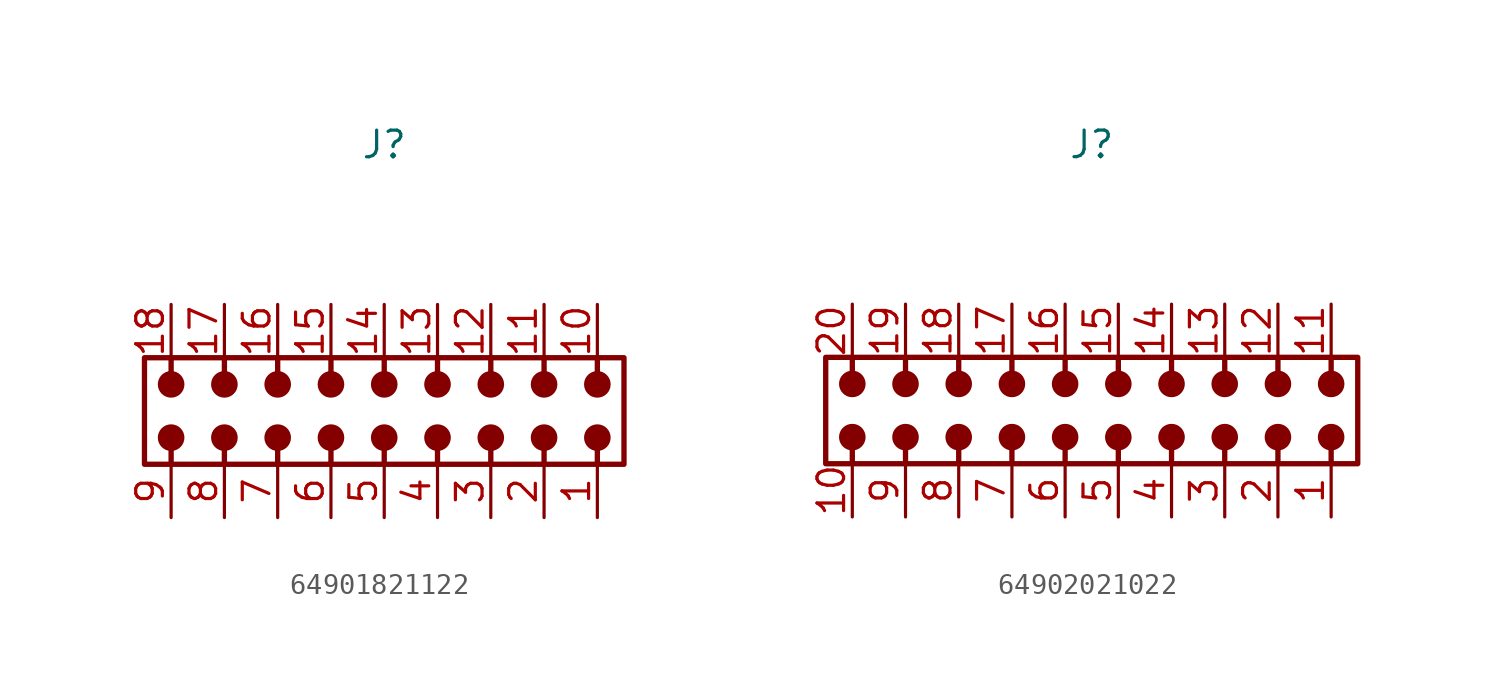
<source format=kicad_sym>
(kicad_symbol_lib
  (version 20241209)
  (generator "kicad_symbol_editor")
  (generator_version "9.0")
  (symbol "64901821122"
    (pin_names
      (hide yes))
    (property "Reference" "J"
      (at 0 12.7 0)
      (effects (font (size 1.27 1.27))))
    (symbol "64901821122_1_1"
      (rectangle (start -11.43 2.54) (end 11.43 -2.54) (stroke (width 0.254) (type solid)) (fill (type none)))
      (polyline (pts (xy -10.16 1.778) (xy -10.16 2.54)) (stroke (width 0.254) (type solid)) (fill (type none)))
      (circle (center -10.16 1.27) (radius 0.508) (stroke (width 0.254) (type solid)) (fill (type outline)))
      (circle (center -10.16 -1.27) (radius 0.508) (stroke (width 0.254) (type solid)) (fill (type outline)))
      (polyline (pts (xy -10.16 -1.778) (xy -10.16 -2.54)) (stroke (width 0.254) (type solid)) (fill (type none)))
      (polyline (pts (xy -7.62 1.778) (xy -7.62 2.54)) (stroke (width 0.254) (type solid)) (fill (type none)))
      (circle (center -7.62 1.27) (radius 0.508) (stroke (width 0.254) (type solid)) (fill (type outline)))
      (circle (center -7.62 -1.27) (radius 0.508) (stroke (width 0.254) (type solid)) (fill (type outline)))
      (polyline (pts (xy -7.62 -1.778) (xy -7.62 -2.54)) (stroke (width 0.254) (type solid)) (fill (type none)))
      (polyline (pts (xy -5.08 1.778) (xy -5.08 2.54)) (stroke (width 0.254) (type solid)) (fill (type none)))
      (circle (center -5.08 1.27) (radius 0.508) (stroke (width 0.254) (type solid)) (fill (type outline)))
      (circle (center -5.08 -1.27) (radius 0.508) (stroke (width 0.254) (type solid)) (fill (type outline)))
      (polyline (pts (xy -5.08 -1.778) (xy -5.08 -2.54)) (stroke (width 0.254) (type solid)) (fill (type none)))
      (polyline (pts (xy -2.54 1.778) (xy -2.54 2.54)) (stroke (width 0.254) (type solid)) (fill (type none)))
      (circle (center -2.54 1.27) (radius 0.508) (stroke (width 0.254) (type solid)) (fill (type outline)))
      (circle (center -2.54 -1.27) (radius 0.508) (stroke (width 0.254) (type solid)) (fill (type outline)))
      (polyline (pts (xy -2.54 -1.778) (xy -2.54 -2.54)) (stroke (width 0.254) (type solid)) (fill (type none)))
      (polyline (pts (xy 0 1.778) (xy 0 2.54)) (stroke (width 0.254) (type solid)) (fill (type none)))
      (circle (center 0 1.27) (radius 0.508) (stroke (width 0.254) (type solid)) (fill (type outline)))
      (circle (center 0 -1.27) (radius 0.508) (stroke (width 0.254) (type solid)) (fill (type outline)))
      (polyline (pts (xy 0 -1.778) (xy 0 -2.54)) (stroke (width 0.254) (type solid)) (fill (type none)))
      (polyline (pts (xy 2.54 1.778) (xy 2.54 2.54)) (stroke (width 0.254) (type solid)) (fill (type none)))
      (circle (center 2.54 1.27) (radius 0.508) (stroke (width 0.254) (type solid)) (fill (type outline)))
      (circle (center 2.54 -1.27) (radius 0.508) (stroke (width 0.254) (type solid)) (fill (type outline)))
      (polyline (pts (xy 2.54 -1.778) (xy 2.54 -2.54)) (stroke (width 0.254) (type solid)) (fill (type none)))
      (polyline (pts (xy 5.08 1.778) (xy 5.08 2.54)) (stroke (width 0.254) (type solid)) (fill (type none)))
      (circle (center 5.08 1.27) (radius 0.508) (stroke (width 0.254) (type solid)) (fill (type outline)))
      (circle (center 5.08 -1.27) (radius 0.508) (stroke (width 0.254) (type solid)) (fill (type outline)))
      (polyline (pts (xy 5.08 -1.778) (xy 5.08 -2.54)) (stroke (width 0.254) (type solid)) (fill (type none)))
      (polyline (pts (xy 7.62 1.778) (xy 7.62 2.54)) (stroke (width 0.254) (type solid)) (fill (type none)))
      (circle (center 7.62 1.27) (radius 0.508) (stroke (width 0.254) (type solid)) (fill (type outline)))
      (circle (center 7.62 -1.27) (radius 0.508) (stroke (width 0.254) (type solid)) (fill (type outline)))
      (polyline (pts (xy 7.62 -1.778) (xy 7.62 -2.54)) (stroke (width 0.254) (type solid)) (fill (type none)))
      (polyline (pts (xy 10.16 1.778) (xy 10.16 2.54)) (stroke (width 0.254) (type solid)) (fill (type none)))
      (circle (center 10.16 1.27) (radius 0.508) (stroke (width 0.254) (type solid)) (fill (type outline)))
      (circle (center 10.16 -1.27) (radius 0.508) (stroke (width 0.254) (type solid)) (fill (type outline)))
      (polyline (pts (xy 10.16 -1.778) (xy 10.16 -2.54)) (stroke (width 0.254) (type solid)) (fill (type none)))
      (pin passive line (at -10.16 5.08 270) (length 2.54) (name "18" (effects (font (size 1.27 1.27)))) (number "18" (effects (font (size 1.27 1.27)))))
      (pin passive line (at -10.16 -5.08 90) (length 2.54) (name "9" (effects (font (size 1.27 1.27)))) (number "9" (effects (font (size 1.27 1.27)))))
      (pin passive line (at -7.62 5.08 270) (length 2.54) (name "17" (effects (font (size 1.27 1.27)))) (number "17" (effects (font (size 1.27 1.27)))))
      (pin passive line (at -7.62 -5.08 90) (length 2.54) (name "8" (effects (font (size 1.27 1.27)))) (number "8" (effects (font (size 1.27 1.27)))))
      (pin passive line (at -5.08 5.08 270) (length 2.54) (name "16" (effects (font (size 1.27 1.27)))) (number "16" (effects (font (size 1.27 1.27)))))
      (pin passive line (at -5.08 -5.08 90) (length 2.54) (name "7" (effects (font (size 1.27 1.27)))) (number "7" (effects (font (size 1.27 1.27)))))
      (pin passive line (at -2.54 5.08 270) (length 2.54) (name "15" (effects (font (size 1.27 1.27)))) (number "15" (effects (font (size 1.27 1.27)))))
      (pin passive line (at -2.54 -5.08 90) (length 2.54) (name "6" (effects (font (size 1.27 1.27)))) (number "6" (effects (font (size 1.27 1.27)))))
      (pin passive line (at 0 5.08 270) (length 2.54) (name "14" (effects (font (size 1.27 1.27)))) (number "14" (effects (font (size 1.27 1.27)))))
      (pin passive line (at 0 -5.08 90) (length 2.54) (name "5" (effects (font (size 1.27 1.27)))) (number "5" (effects (font (size 1.27 1.27)))))
      (pin passive line (at 2.54 5.08 270) (length 2.54) (name "13" (effects (font (size 1.27 1.27)))) (number "13" (effects (font (size 1.27 1.27)))))
      (pin passive line (at 2.54 -5.08 90) (length 2.54) (name "4" (effects (font (size 1.27 1.27)))) (number "4" (effects (font (size 1.27 1.27)))))
      (pin passive line (at 5.08 5.08 270) (length 2.54) (name "12" (effects (font (size 1.27 1.27)))) (number "12" (effects (font (size 1.27 1.27)))))
      (pin passive line (at 5.08 -5.08 90) (length 2.54) (name "3" (effects (font (size 1.27 1.27)))) (number "3" (effects (font (size 1.27 1.27)))))
      (pin passive line (at 7.62 5.08 270) (length 2.54) (name "11" (effects (font (size 1.27 1.27)))) (number "11" (effects (font (size 1.27 1.27)))))
      (pin passive line (at 7.62 -5.08 90) (length 2.54) (name "2" (effects (font (size 1.27 1.27)))) (number "2" (effects (font (size 1.27 1.27)))))
      (pin passive line (at 10.16 5.08 270) (length 2.54) (name "10" (effects (font (size 1.27 1.27)))) (number "10" (effects (font (size 1.27 1.27)))))
      (pin passive line (at 10.16 -5.08 90) (length 2.54) (name "1" (effects (font (size 1.27 1.27)))) (number "1" (effects (font (size 1.27 1.27)))))))
  (symbol "64902021022"
    (pin_names
      (hide yes))
    (property "Reference" "J"
      (at 0 12.7 0)
      (effects (font (size 1.27 1.27))))
    (symbol "64902021022_1_1"
      (rectangle (start -12.7 2.54) (end 12.7 -2.54) (stroke (width 0.254) (type solid)) (fill (type none)))
      (polyline (pts (xy -11.43 1.778) (xy -11.43 2.54)) (stroke (width 0.254) (type solid)) (fill (type none)))
      (circle (center -11.43 1.27) (radius 0.508) (stroke (width 0.254) (type solid)) (fill (type outline)))
      (circle (center -11.43 -1.27) (radius 0.508) (stroke (width 0.254) (type solid)) (fill (type outline)))
      (polyline (pts (xy -11.43 -1.778) (xy -11.43 -2.54)) (stroke (width 0.254) (type solid)) (fill (type none)))
      (polyline (pts (xy -8.89 1.778) (xy -8.89 2.54)) (stroke (width 0.254) (type solid)) (fill (type none)))
      (circle (center -8.89 1.27) (radius 0.508) (stroke (width 0.254) (type solid)) (fill (type outline)))
      (circle (center -8.89 -1.27) (radius 0.508) (stroke (width 0.254) (type solid)) (fill (type outline)))
      (polyline (pts (xy -8.89 -1.778) (xy -8.89 -2.54)) (stroke (width 0.254) (type solid)) (fill (type none)))
      (polyline (pts (xy -6.35 1.778) (xy -6.35 2.54)) (stroke (width 0.254) (type solid)) (fill (type none)))
      (circle (center -6.35 1.27) (radius 0.508) (stroke (width 0.254) (type solid)) (fill (type outline)))
      (circle (center -6.35 -1.27) (radius 0.508) (stroke (width 0.254) (type solid)) (fill (type outline)))
      (polyline (pts (xy -6.35 -1.778) (xy -6.35 -2.54)) (stroke (width 0.254) (type solid)) (fill (type none)))
      (polyline (pts (xy -3.81 1.778) (xy -3.81 2.54)) (stroke (width 0.254) (type solid)) (fill (type none)))
      (circle (center -3.81 1.27) (radius 0.508) (stroke (width 0.254) (type solid)) (fill (type outline)))
      (circle (center -3.81 -1.27) (radius 0.508) (stroke (width 0.254) (type solid)) (fill (type outline)))
      (polyline (pts (xy -3.81 -1.778) (xy -3.81 -2.54)) (stroke (width 0.254) (type solid)) (fill (type none)))
      (polyline (pts (xy -1.27 1.778) (xy -1.27 2.54)) (stroke (width 0.254) (type solid)) (fill (type none)))
      (circle (center -1.27 1.27) (radius 0.508) (stroke (width 0.254) (type solid)) (fill (type outline)))
      (circle (center -1.27 -1.27) (radius 0.508) (stroke (width 0.254) (type solid)) (fill (type outline)))
      (polyline (pts (xy -1.27 -1.778) (xy -1.27 -2.54)) (stroke (width 0.254) (type solid)) (fill (type none)))
      (polyline (pts (xy 1.27 1.778) (xy 1.27 2.54)) (stroke (width 0.254) (type solid)) (fill (type none)))
      (circle (center 1.27 1.27) (radius 0.508) (stroke (width 0.254) (type solid)) (fill (type outline)))
      (circle (center 1.27 -1.27) (radius 0.508) (stroke (width 0.254) (type solid)) (fill (type outline)))
      (polyline (pts (xy 1.27 -1.778) (xy 1.27 -2.54)) (stroke (width 0.254) (type solid)) (fill (type none)))
      (polyline (pts (xy 3.81 1.778) (xy 3.81 2.54)) (stroke (width 0.254) (type solid)) (fill (type none)))
      (circle (center 3.81 1.27) (radius 0.508) (stroke (width 0.254) (type solid)) (fill (type outline)))
      (circle (center 3.81 -1.27) (radius 0.508) (stroke (width 0.254) (type solid)) (fill (type outline)))
      (polyline (pts (xy 3.81 -1.778) (xy 3.81 -2.54)) (stroke (width 0.254) (type solid)) (fill (type none)))
      (polyline (pts (xy 6.35 1.778) (xy 6.35 2.54)) (stroke (width 0.254) (type solid)) (fill (type none)))
      (circle (center 6.35 1.27) (radius 0.508) (stroke (width 0.254) (type solid)) (fill (type outline)))
      (circle (center 6.35 -1.27) (radius 0.508) (stroke (width 0.254) (type solid)) (fill (type outline)))
      (polyline (pts (xy 6.35 -1.778) (xy 6.35 -2.54)) (stroke (width 0.254) (type solid)) (fill (type none)))
      (polyline (pts (xy 8.89 1.778) (xy 8.89 2.54)) (stroke (width 0.254) (type solid)) (fill (type none)))
      (circle (center 8.89 1.27) (radius 0.508) (stroke (width 0.254) (type solid)) (fill (type outline)))
      (circle (center 8.89 -1.27) (radius 0.508) (stroke (width 0.254) (type solid)) (fill (type outline)))
      (polyline (pts (xy 8.89 -1.778) (xy 8.89 -2.54)) (stroke (width 0.254) (type solid)) (fill (type none)))
      (polyline (pts (xy 11.43 1.778) (xy 11.43 2.54)) (stroke (width 0.254) (type solid)) (fill (type none)))
      (circle (center 11.43 1.27) (radius 0.508) (stroke (width 0.254) (type solid)) (fill (type outline)))
      (circle (center 11.43 -1.27) (radius 0.508) (stroke (width 0.254) (type solid)) (fill (type outline)))
      (polyline (pts (xy 11.43 -1.778) (xy 11.43 -2.54)) (stroke (width 0.254) (type solid)) (fill (type none)))
      (pin passive line (at -11.43 5.08 270) (length 2.54) (name "20" (effects (font (size 1.27 1.27)))) (number "20" (effects (font (size 1.27 1.27)))))
      (pin passive line (at -11.43 -5.08 90) (length 2.54) (name "10" (effects (font (size 1.27 1.27)))) (number "10" (effects (font (size 1.27 1.27)))))
      (pin passive line (at -8.89 5.08 270) (length 2.54) (name "19" (effects (font (size 1.27 1.27)))) (number "19" (effects (font (size 1.27 1.27)))))
      (pin passive line (at -8.89 -5.08 90) (length 2.54) (name "9" (effects (font (size 1.27 1.27)))) (number "9" (effects (font (size 1.27 1.27)))))
      (pin passive line (at -6.35 5.08 270) (length 2.54) (name "18" (effects (font (size 1.27 1.27)))) (number "18" (effects (font (size 1.27 1.27)))))
      (pin passive line (at -6.35 -5.08 90) (length 2.54) (name "8" (effects (font (size 1.27 1.27)))) (number "8" (effects (font (size 1.27 1.27)))))
      (pin passive line (at -3.81 5.08 270) (length 2.54) (name "17" (effects (font (size 1.27 1.27)))) (number "17" (effects (font (size 1.27 1.27)))))
      (pin passive line (at -3.81 -5.08 90) (length 2.54) (name "7" (effects (font (size 1.27 1.27)))) (number "7" (effects (font (size 1.27 1.27)))))
      (pin passive line (at -1.27 5.08 270) (length 2.54) (name "16" (effects (font (size 1.27 1.27)))) (number "16" (effects (font (size 1.27 1.27)))))
      (pin passive line (at -1.27 -5.08 90) (length 2.54) (name "6" (effects (font (size 1.27 1.27)))) (number "6" (effects (font (size 1.27 1.27)))))
      (pin passive line (at 1.27 5.08 270) (length 2.54) (name "15" (effects (font (size 1.27 1.27)))) (number "15" (effects (font (size 1.27 1.27)))))
      (pin passive line (at 1.27 -5.08 90) (length 2.54) (name "5" (effects (font (size 1.27 1.27)))) (number "5" (effects (font (size 1.27 1.27)))))
      (pin passive line (at 3.81 5.08 270) (length 2.54) (name "14" (effects (font (size 1.27 1.27)))) (number "14" (effects (font (size 1.27 1.27)))))
      (pin passive line (at 3.81 -5.08 90) (length 2.54) (name "4" (effects (font (size 1.27 1.27)))) (number "4" (effects (font (size 1.27 1.27)))))
      (pin passive line (at 6.35 5.08 270) (length 2.54) (name "13" (effects (font (size 1.27 1.27)))) (number "13" (effects (font (size 1.27 1.27)))))
      (pin passive line (at 6.35 -5.08 90) (length 2.54) (name "3" (effects (font (size 1.27 1.27)))) (number "3" (effects (font (size 1.27 1.27)))))
      (pin passive line (at 8.89 5.08 270) (length 2.54) (name "12" (effects (font (size 1.27 1.27)))) (number "12" (effects (font (size 1.27 1.27)))))
      (pin passive line (at 8.89 -5.08 90) (length 2.54) (name "2" (effects (font (size 1.27 1.27)))) (number "2" (effects (font (size 1.27 1.27)))))
      (pin passive line (at 11.43 5.08 270) (length 2.54) (name "11" (effects (font (size 1.27 1.27)))) (number "11" (effects (font (size 1.27 1.27)))))
      (pin passive line (at 11.43 -5.08 90) (length 2.54) (name "1" (effects (font (size 1.27 1.27)))) (number "1" (effects (font (size 1.27 1.27))))))))
</source>
